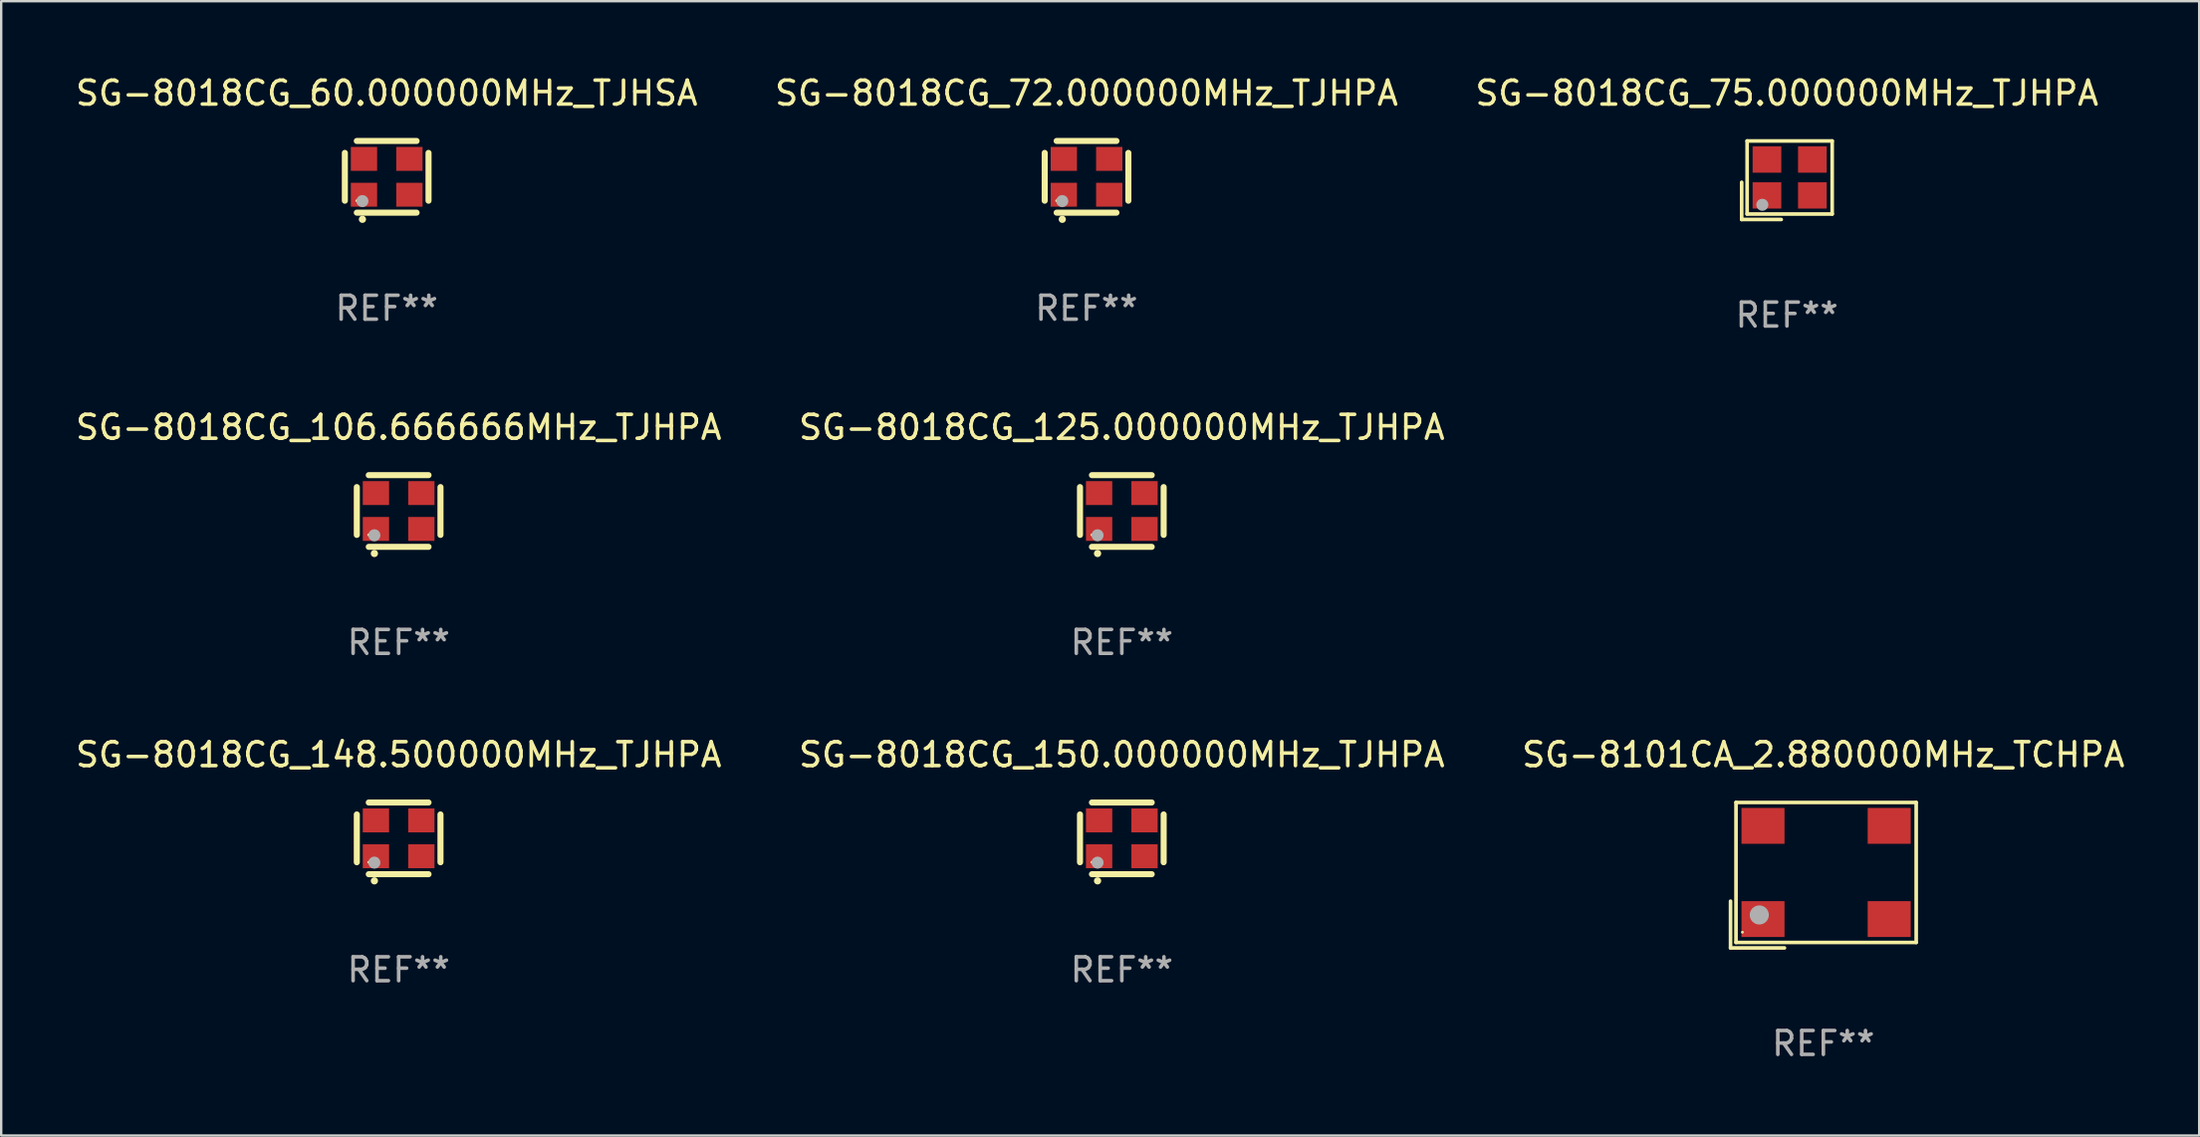
<source format=kicad_pcb>
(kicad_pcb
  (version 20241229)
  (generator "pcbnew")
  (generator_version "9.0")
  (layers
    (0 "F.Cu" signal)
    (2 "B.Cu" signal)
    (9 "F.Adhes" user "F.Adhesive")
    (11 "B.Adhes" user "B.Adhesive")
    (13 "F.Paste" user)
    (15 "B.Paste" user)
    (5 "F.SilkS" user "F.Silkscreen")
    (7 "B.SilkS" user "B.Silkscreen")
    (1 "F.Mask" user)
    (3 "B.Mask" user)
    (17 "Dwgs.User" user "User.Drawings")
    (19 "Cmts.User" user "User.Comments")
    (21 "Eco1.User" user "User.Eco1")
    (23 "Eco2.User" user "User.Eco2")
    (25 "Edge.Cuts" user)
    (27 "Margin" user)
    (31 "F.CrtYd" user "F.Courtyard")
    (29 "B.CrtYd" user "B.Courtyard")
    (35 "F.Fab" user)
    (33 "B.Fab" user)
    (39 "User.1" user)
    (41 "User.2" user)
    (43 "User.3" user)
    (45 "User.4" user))
  (footprint "SG-8018CG_106.666666MHz_TJHPA"
    (layer "F.Cu")
    (at 13.625 18.331)
    (property "Reference" "SG-8018CG_106.666666MHz_TJHPA" (at 0 -3.5 0) (layer "F.SilkS") (effects (font (size 1 1) (thickness 0.15))))
    (attr through_hole)
    (fp_line (start -1.75 -1) (end -1.75 1) (stroke (width 0.254) (type solid)) (layer "F.SilkS"))
    (fp_line (start -1.25 -1.5) (end 1.25 -1.5) (stroke (width 0.254) (type solid)) (layer "F.SilkS"))
    (fp_line (start -1.25 1.5) (end 1.25 1.5) (stroke (width 0.254) (type solid)) (layer "F.SilkS"))
    (fp_line (start 1.75 -1) (end 1.75 1) (stroke (width 0.254) (type solid)) (layer "F.SilkS"))
    (fp_arc (start -1.016002 1.778004) (mid -1.014732 1.777999) (end -1.013462 1.778004) (stroke (width 0.3) (type solid)) (layer "F.SilkS"))
    (fp_circle (center -1.25 1) (end -1.22 1) (stroke (width 0.06) (type solid)) (fill no) (layer "F.SilkS"))
    (fp_circle (center -1.016 1.016) (end -0.889 1.016) (stroke (width 0.254) (type solid)) (fill no) (layer "F.Fab"))
    (fp_text user "REF**" (at 0 5.5 0) (layer "F.Fab") (effects (font (size 1 1) (thickness 0.15))))
    (pad "1" smd rect (at -0.95 0.75) (size 1.1 1) (layers "F.Cu" "F.Mask" "F.Paste"))
    (pad "2" smd rect (at 0.95 0.75) (size 1.1 1) (layers "F.Cu" "F.Mask" "F.Paste"))
    (pad "3" smd rect (at 0.95 -0.75) (size 1.1 1) (layers "F.Cu" "F.Mask" "F.Paste"))
    (pad "4" smd rect (at -0.95 -0.75) (size 1.1 1) (layers "F.Cu" "F.Mask" "F.Paste")))
  (footprint "SG-8018CG_72.000000MHz_TJHPA"
    (layer "F.Cu")
    (at 42.399 4.348)
    (property "Reference" "SG-8018CG_72.000000MHz_TJHPA" (at 0 -3.5 0) (layer "F.SilkS") (effects (font (size 1 1) (thickness 0.15))))
    (attr through_hole)
    (fp_line (start -1.75 -1) (end -1.75 1) (stroke (width 0.254) (type solid)) (layer "F.SilkS"))
    (fp_line (start -1.25 -1.5) (end 1.25 -1.5) (stroke (width 0.254) (type solid)) (layer "F.SilkS"))
    (fp_line (start -1.25 1.5) (end 1.25 1.5) (stroke (width 0.254) (type solid)) (layer "F.SilkS"))
    (fp_line (start 1.75 -1) (end 1.75 1) (stroke (width 0.254) (type solid)) (layer "F.SilkS"))
    (fp_arc (start -1.016002 1.778004) (mid -1.014732 1.777999) (end -1.013462 1.778004) (stroke (width 0.3) (type solid)) (layer "F.SilkS"))
    (fp_circle (center -1.25 1) (end -1.22 1) (stroke (width 0.06) (type solid)) (fill no) (layer "F.SilkS"))
    (fp_circle (center -1.016 1.016) (end -0.889 1.016) (stroke (width 0.254) (type solid)) (fill no) (layer "F.Fab"))
    (fp_text user "REF**" (at 0 5.5 0) (layer "F.Fab") (effects (font (size 1 1) (thickness 0.15))))
    (pad "1" smd rect (at -0.95 0.75) (size 1.1 1) (layers "F.Cu" "F.Mask" "F.Paste"))
    (pad "2" smd rect (at 0.95 0.75) (size 1.1 1) (layers "F.Cu" "F.Mask" "F.Paste"))
    (pad "3" smd rect (at 0.95 -0.75) (size 1.1 1) (layers "F.Cu" "F.Mask" "F.Paste"))
    (pad "4" smd rect (at -0.95 -0.75) (size 1.1 1) (layers "F.Cu" "F.Mask" "F.Paste")))
  (footprint "SG-8018CG_75.000000MHz_TJHPA"
    (layer "F.Cu")
    (at 71.696 4.491)
    (property "Reference" "SG-8018CG_75.000000MHz_TJHPA" (at 0 -3.643 0) (layer "F.SilkS") (effects (font (size 1 1) (thickness 0.15))))
    (attr through_hole)
    (fp_line (start -1.893 0.086) (end -1.893 1.643) (stroke (width 0.152) (type solid)) (layer "F.SilkS"))
    (fp_line (start -1.893 1.643) (end -0.237 1.643) (stroke (width 0.152) (type solid)) (layer "F.SilkS"))
    (fp_line (start -1.665 -1.643) (end 1.893 -1.643) (stroke (width 0.152) (type solid)) (layer "F.SilkS"))
    (fp_line (start -1.665 1.414) (end -1.665 -1.643) (stroke (width 0.152) (type solid)) (layer "F.SilkS"))
    (fp_line (start 1.893 -1.643) (end 1.893 1.414) (stroke (width 0.152) (type solid)) (layer "F.SilkS"))
    (fp_line (start 1.893 1.414) (end -1.665 1.414) (stroke (width 0.152) (type solid)) (layer "F.SilkS"))
    (fp_circle (center -1.136 0.885) (end -1.106 0.885) (stroke (width 0.06) (type solid)) (fill no) (layer "F.SilkS"))
    (fp_circle (center -1.029 1.028) (end -0.902 1.028) (stroke (width 0.254) (type solid)) (fill no) (layer "F.Fab"))
    (fp_text user "REF**" (at 0 5.643 0) (layer "F.Fab") (effects (font (size 1 1) (thickness 0.15))))
    (pad "1" smd rect (at -0.836 0.636) (size 1.2 1.1) (layers "F.Cu" "F.Mask" "F.Paste"))
    (pad "2" smd rect (at 1.064 0.636) (size 1.2 1.1) (layers "F.Cu" "F.Mask" "F.Paste"))
    (pad "3" smd rect (at 1.064 -0.865) (size 1.2 1.1) (layers "F.Cu" "F.Mask" "F.Paste"))
    (pad "4" smd rect (at -0.836 -0.865) (size 1.2 1.1) (layers "F.Cu" "F.Mask" "F.Paste")))
  (footprint "SG-8018CG_125.000000MHz_TJHPA"
    (layer "F.Cu")
    (at 43.875 18.331)
    (property "Reference" "SG-8018CG_125.000000MHz_TJHPA" (at 0 -3.5 0) (layer "F.SilkS") (effects (font (size 1 1) (thickness 0.15))))
    (attr through_hole)
    (fp_line (start -1.75 -1) (end -1.75 1) (stroke (width 0.254) (type solid)) (layer "F.SilkS"))
    (fp_line (start -1.25 -1.5) (end 1.25 -1.5) (stroke (width 0.254) (type solid)) (layer "F.SilkS"))
    (fp_line (start -1.25 1.5) (end 1.25 1.5) (stroke (width 0.254) (type solid)) (layer "F.SilkS"))
    (fp_line (start 1.75 -1) (end 1.75 1) (stroke (width 0.254) (type solid)) (layer "F.SilkS"))
    (fp_arc (start -1.016002 1.778004) (mid -1.014732 1.777999) (end -1.013462 1.778004) (stroke (width 0.3) (type solid)) (layer "F.SilkS"))
    (fp_circle (center -1.25 1) (end -1.22 1) (stroke (width 0.06) (type solid)) (fill no) (layer "F.SilkS"))
    (fp_circle (center -1.016 1.016) (end -0.889 1.016) (stroke (width 0.254) (type solid)) (fill no) (layer "F.Fab"))
    (fp_text user "REF**" (at 0 5.5 0) (layer "F.Fab") (effects (font (size 1 1) (thickness 0.15))))
    (pad "1" smd rect (at -0.95 0.75) (size 1.1 1) (layers "F.Cu" "F.Mask" "F.Paste"))
    (pad "2" smd rect (at 0.95 0.75) (size 1.1 1) (layers "F.Cu" "F.Mask" "F.Paste"))
    (pad "3" smd rect (at 0.95 -0.75) (size 1.1 1) (layers "F.Cu" "F.Mask" "F.Paste"))
    (pad "4" smd rect (at -0.95 -0.75) (size 1.1 1) (layers "F.Cu" "F.Mask" "F.Paste")))
  (footprint "SG-8018CG_148.500000MHz_TJHPA"
    (layer "F.Cu")
    (at 13.625 32.028)
    (property "Reference" "SG-8018CG_148.500000MHz_TJHPA" (at 0 -3.5 0) (layer "F.SilkS") (effects (font (size 1 1) (thickness 0.15))))
    (attr through_hole)
    (fp_line (start -1.75 -1) (end -1.75 1) (stroke (width 0.254) (type solid)) (layer "F.SilkS"))
    (fp_line (start -1.25 -1.5) (end 1.25 -1.5) (stroke (width 0.254) (type solid)) (layer "F.SilkS"))
    (fp_line (start -1.25 1.5) (end 1.25 1.5) (stroke (width 0.254) (type solid)) (layer "F.SilkS"))
    (fp_line (start 1.75 -1) (end 1.75 1) (stroke (width 0.254) (type solid)) (layer "F.SilkS"))
    (fp_arc (start -1.016002 1.778004) (mid -1.014732 1.777999) (end -1.013462 1.778004) (stroke (width 0.3) (type solid)) (layer "F.SilkS"))
    (fp_circle (center -1.25 1) (end -1.22 1) (stroke (width 0.06) (type solid)) (fill no) (layer "F.SilkS"))
    (fp_circle (center -1.016 1.016) (end -0.889 1.016) (stroke (width 0.254) (type solid)) (fill no) (layer "F.Fab"))
    (fp_text user "REF**" (at 0 5.5 0) (layer "F.Fab") (effects (font (size 1 1) (thickness 0.15))))
    (pad "1" smd rect (at -0.95 0.75) (size 1.1 1) (layers "F.Cu" "F.Mask" "F.Paste"))
    (pad "2" smd rect (at 0.95 0.75) (size 1.1 1) (layers "F.Cu" "F.Mask" "F.Paste"))
    (pad "3" smd rect (at 0.95 -0.75) (size 1.1 1) (layers "F.Cu" "F.Mask" "F.Paste"))
    (pad "4" smd rect (at -0.95 -0.75) (size 1.1 1) (layers "F.Cu" "F.Mask" "F.Paste")))
  (footprint "SG-8018CG_60.000000MHz_TJHSA"
    (layer "F.Cu")
    (at 13.125 4.348)
    (property "Reference" "SG-8018CG_60.000000MHz_TJHSA" (at 0 -3.5 0) (layer "F.SilkS") (effects (font (size 1 1) (thickness 0.15))))
    (attr through_hole)
    (fp_line (start -1.75 -1) (end -1.75 1) (stroke (width 0.254) (type solid)) (layer "F.SilkS"))
    (fp_line (start -1.25 -1.5) (end 1.25 -1.5) (stroke (width 0.254) (type solid)) (layer "F.SilkS"))
    (fp_line (start -1.25 1.5) (end 1.25 1.5) (stroke (width 0.254) (type solid)) (layer "F.SilkS"))
    (fp_line (start 1.75 -1) (end 1.75 1) (stroke (width 0.254) (type solid)) (layer "F.SilkS"))
    (fp_arc (start -1.016002 1.778004) (mid -1.014732 1.777999) (end -1.013462 1.778004) (stroke (width 0.3) (type solid)) (layer "F.SilkS"))
    (fp_circle (center -1.25 1) (end -1.22 1) (stroke (width 0.06) (type solid)) (fill no) (layer "F.SilkS"))
    (fp_circle (center -1.016 1.016) (end -0.889 1.016) (stroke (width 0.254) (type solid)) (fill no) (layer "F.Fab"))
    (fp_text user "REF**" (at 0 5.5 0) (layer "F.Fab") (effects (font (size 1 1) (thickness 0.15))))
    (pad "1" smd rect (at -0.95 0.75) (size 1.1 1) (layers "F.Cu" "F.Mask" "F.Paste"))
    (pad "2" smd rect (at 0.95 0.75) (size 1.1 1) (layers "F.Cu" "F.Mask" "F.Paste"))
    (pad "3" smd rect (at 0.95 -0.75) (size 1.1 1) (layers "F.Cu" "F.Mask" "F.Paste"))
    (pad "4" smd rect (at -0.95 -0.75) (size 1.1 1) (layers "F.Cu" "F.Mask" "F.Paste")))
  (footprint "SG-8101CA_2.880000MHz_TCHPA"
    (layer "F.Cu")
    (at 73.22 33.57)
    (property "Reference" "SG-8101CA_2.880000MHz_TCHPA" (at 0 -5.043 0) (layer "F.SilkS") (effects (font (size 1 1) (thickness 0.15))))
    (attr through_hole)
    (fp_line (start -3.883 1.086) (end -3.883 3.043) (stroke (width 0.152) (type solid)) (layer "F.SilkS"))
    (fp_line (start -3.883 3.043) (end -1.626 3.043) (stroke (width 0.152) (type solid)) (layer "F.SilkS"))
    (fp_line (start -3.654 -3.043) (end 3.883 -3.043) (stroke (width 0.152) (type solid)) (layer "F.SilkS"))
    (fp_line (start -3.654 2.814) (end -3.654 -3.043) (stroke (width 0.152) (type solid)) (layer "F.SilkS"))
    (fp_line (start 3.883 -3.043) (end 3.883 2.814) (stroke (width 0.152) (type solid)) (layer "F.SilkS"))
    (fp_line (start 3.883 2.814) (end -3.654 2.814) (stroke (width 0.152) (type solid)) (layer "F.SilkS"))
    (fp_circle (center -3.386 2.386) (end -3.356 2.386) (stroke (width 0.06) (type solid)) (fill no) (layer "F.SilkS"))
    (fp_circle (center -2.68 1.664) (end -2.48 1.664) (stroke (width 0.4) (type solid)) (fill no) (layer "F.Fab"))
    (fp_text user "REF**" (at 0 7.043 0) (layer "F.Fab") (effects (font (size 1 1) (thickness 0.15))))
    (pad "1" smd rect (at -2.526 1.836) (size 1.8 1.5) (layers "F.Cu" "F.Mask" "F.Paste"))
    (pad "2" smd rect (at 2.754 1.836) (size 1.8 1.5) (layers "F.Cu" "F.Mask" "F.Paste"))
    (pad "3" smd rect (at 2.754 -2.064) (size 1.8 1.5) (layers "F.Cu" "F.Mask" "F.Paste"))
    (pad "4" smd rect (at -2.526 -2.064) (size 1.8 1.5) (layers "F.Cu" "F.Mask" "F.Paste")))
  (footprint "SG-8018CG_150.000000MHz_TJHPA"
    (layer "F.Cu")
    (at 43.875 32.028)
    (property "Reference" "SG-8018CG_150.000000MHz_TJHPA" (at 0 -3.5 0) (layer "F.SilkS") (effects (font (size 1 1) (thickness 0.15))))
    (attr through_hole)
    (fp_line (start -1.75 -1) (end -1.75 1) (stroke (width 0.254) (type solid)) (layer "F.SilkS"))
    (fp_line (start -1.25 -1.5) (end 1.25 -1.5) (stroke (width 0.254) (type solid)) (layer "F.SilkS"))
    (fp_line (start -1.25 1.5) (end 1.25 1.5) (stroke (width 0.254) (type solid)) (layer "F.SilkS"))
    (fp_line (start 1.75 -1) (end 1.75 1) (stroke (width 0.254) (type solid)) (layer "F.SilkS"))
    (fp_arc (start -1.016002 1.778004) (mid -1.014732 1.777999) (end -1.013462 1.778004) (stroke (width 0.3) (type solid)) (layer "F.SilkS"))
    (fp_circle (center -1.25 1) (end -1.22 1) (stroke (width 0.06) (type solid)) (fill no) (layer "F.SilkS"))
    (fp_circle (center -1.016 1.016) (end -0.889 1.016) (stroke (width 0.254) (type solid)) (fill no) (layer "F.Fab"))
    (fp_text user "REF**" (at 0 5.5 0) (layer "F.Fab") (effects (font (size 1 1) (thickness 0.15))))
    (pad "1" smd rect (at -0.95 0.75) (size 1.1 1) (layers "F.Cu" "F.Mask" "F.Paste"))
    (pad "2" smd rect (at 0.95 0.75) (size 1.1 1) (layers "F.Cu" "F.Mask" "F.Paste"))
    (pad "3" smd rect (at 0.95 -0.75) (size 1.1 1) (layers "F.Cu" "F.Mask" "F.Paste"))
    (pad "4" smd rect (at -0.95 -0.75) (size 1.1 1) (layers "F.Cu" "F.Mask" "F.Paste")))
  (gr_rect
    (start -3 -3)
    (end 88.94 44.462)
    (stroke (width 0.1) (type default))
    (fill no)
    (layer "Edge.Cuts")))
</source>
